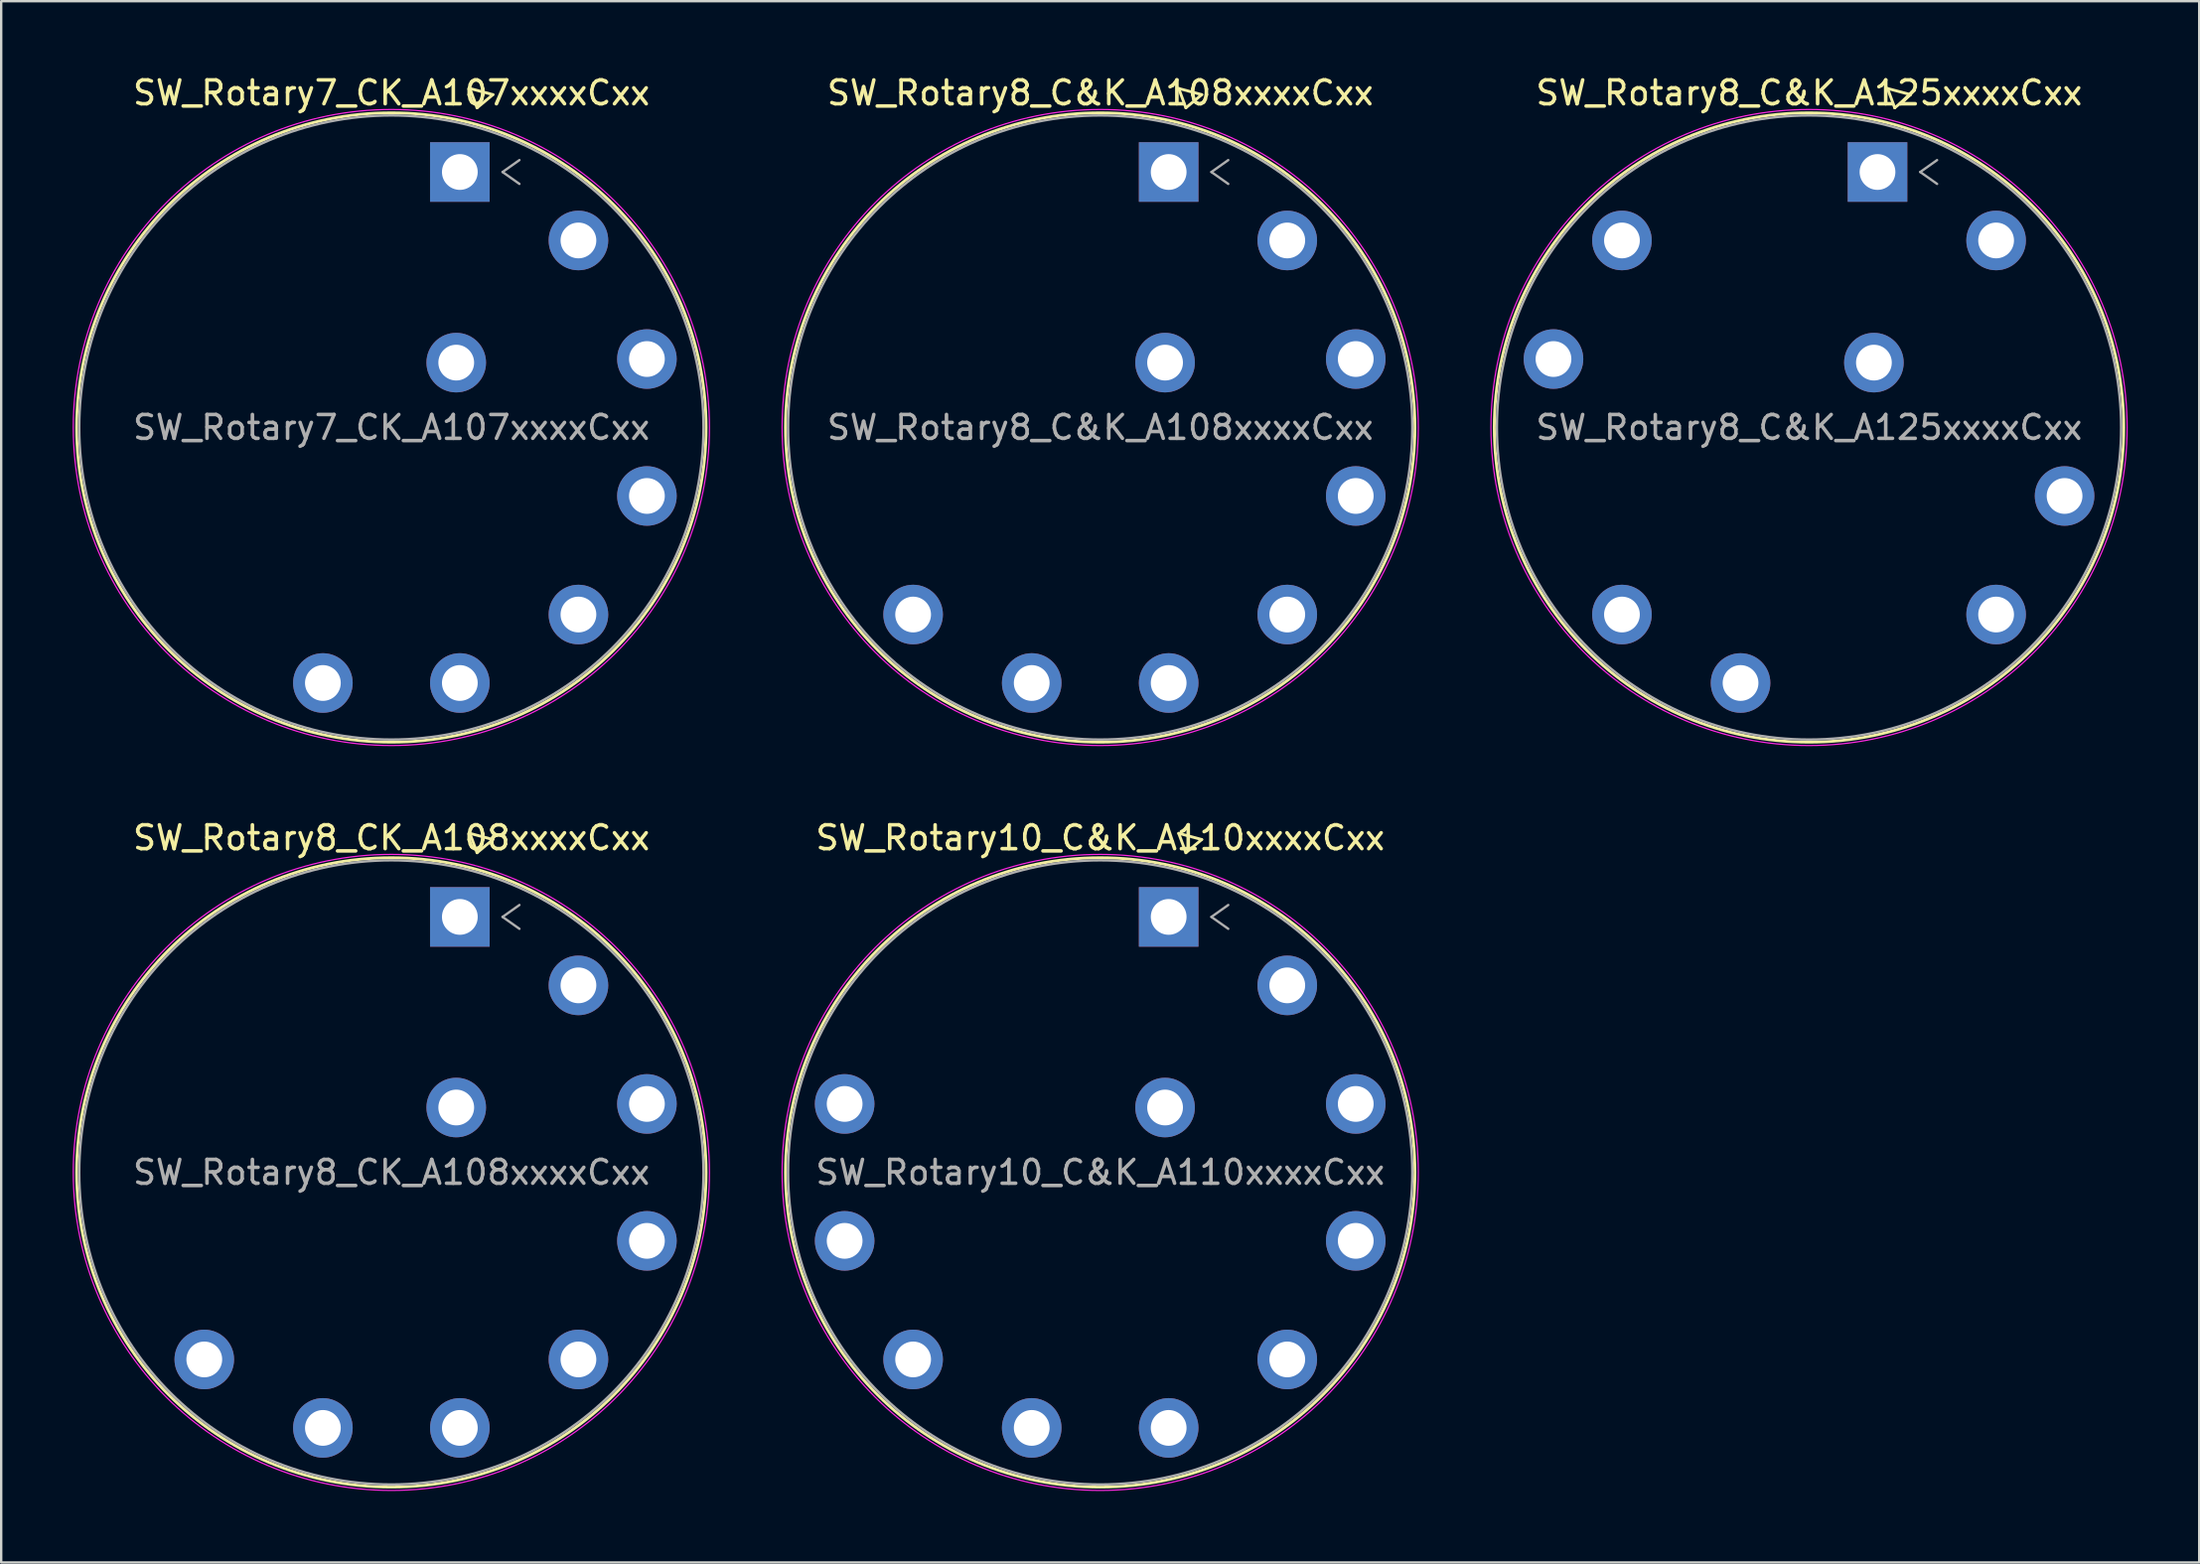
<source format=kicad_pcb>
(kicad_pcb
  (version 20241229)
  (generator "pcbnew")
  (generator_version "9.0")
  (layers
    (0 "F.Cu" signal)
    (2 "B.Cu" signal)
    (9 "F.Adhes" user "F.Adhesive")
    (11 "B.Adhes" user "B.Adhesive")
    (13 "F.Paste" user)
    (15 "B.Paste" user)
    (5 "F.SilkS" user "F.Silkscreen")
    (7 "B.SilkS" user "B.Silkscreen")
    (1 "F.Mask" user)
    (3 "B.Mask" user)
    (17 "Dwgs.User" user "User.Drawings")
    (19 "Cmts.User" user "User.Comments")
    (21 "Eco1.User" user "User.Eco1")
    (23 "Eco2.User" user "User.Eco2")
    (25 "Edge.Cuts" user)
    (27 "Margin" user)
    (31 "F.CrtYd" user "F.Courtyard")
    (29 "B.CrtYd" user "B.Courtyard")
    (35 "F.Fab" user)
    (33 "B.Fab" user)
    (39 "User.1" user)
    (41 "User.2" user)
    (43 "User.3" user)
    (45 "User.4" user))
  (footprint "SW_Rotary8_CK_A108xxxxCxx"
    (layer "F.Cu")
    (at 16.243 35.428)
    (property "Reference" "SW_Rotary8_CK_A108xxxxCxx" (at -2.87 -3.32 0) (layer "F.SilkS") (effects (font (size 1 1) (thickness 0.15))))
    (attr through_hole)
    (fp_line (start 0.422 -3.505) (end 0.722 -2.693) (stroke (width 0.12) (type solid)) (layer "F.SilkS"))
    (fp_line (start 0.722 -2.693) (end 1.388 -3.247) (stroke (width 0.12) (type solid)) (layer "F.SilkS"))
    (fp_line (start 1.388 -3.247) (end 0.422 -3.505) (stroke (width 0.12) (type solid)) (layer "F.SilkS"))
    (fp_circle (center -2.873 10.722) (end 10.332 10.722) (stroke (width 0.12) (type solid)) (fill no) (layer "F.SilkS"))
    (fp_circle (center -2.873 10.722) (end 10.472 10.722) (stroke (width 0.05) (type solid)) (fill no) (layer "F.CrtYd"))
    (fp_line (start 1.793 0) (end 2.5 0.5) (stroke (width 0.1) (type solid)) (layer "F.Fab"))
    (fp_line (start 2.5 -0.5) (end 1.793 0) (stroke (width 0.1) (type solid)) (layer "F.Fab"))
    (fp_circle (center -2.873 10.722) (end 10.222 10.722) (stroke (width 0.1) (type solid)) (fill no) (layer "F.Fab"))
    (fp_text user "${REFERENCE}" (at -2.87 10.72 0) (layer "F.Fab") (effects (font (size 1 1) (thickness 0.15))))
    (pad "1" thru_hole rect (at 0 0) (size 2.5 2.5) (drill 1.5) (layers "*.Cu" "*.Mask"))
    (pad "2" thru_hole circle (at 4.976 2.873) (size 2.5 2.5) (drill 1.5) (layers "*.Cu" "*.Mask"))
    (pad "3" thru_hole circle (at 7.849 7.849) (size 2.5 2.5) (drill 1.5) (layers "*.Cu" "*.Mask"))
    (pad "4" thru_hole circle (at 7.849 13.595) (size 2.5 2.5) (drill 1.5) (layers "*.Cu" "*.Mask"))
    (pad "5" thru_hole circle (at 4.976 18.571) (size 2.5 2.5) (drill 1.5) (layers "*.Cu" "*.Mask"))
    (pad "6" thru_hole circle (at 0 21.444) (size 2.5 2.5) (drill 1.5) (layers "*.Cu" "*.Mask"))
    (pad "7" thru_hole circle (at -5.746 21.444) (size 2.5 2.5) (drill 1.5) (layers "*.Cu" "*.Mask"))
    (pad "8" thru_hole circle (at -10.722 18.571) (size 2.5 2.5) (drill 1.5) (layers "*.Cu" "*.Mask"))
    (pad "A" thru_hole circle (at -0.151 7.999) (size 2.5 2.5) (drill 1.5) (layers "*.Cu" "*.Mask")))
  (footprint "SW_Rotary7_CK_A107xxxxCxx"
    (layer "F.Cu")
    (at 16.243 4.168)
    (property "Reference" "SW_Rotary7_CK_A107xxxxCxx" (at -2.87 -3.32 0) (layer "F.SilkS") (effects (font (size 1 1) (thickness 0.15))))
    (attr through_hole)
    (fp_line (start 0.422 -3.505) (end 0.722 -2.693) (stroke (width 0.12) (type solid)) (layer "F.SilkS"))
    (fp_line (start 0.722 -2.693) (end 1.388 -3.247) (stroke (width 0.12) (type solid)) (layer "F.SilkS"))
    (fp_line (start 1.388 -3.247) (end 0.422 -3.505) (stroke (width 0.12) (type solid)) (layer "F.SilkS"))
    (fp_circle (center -2.873 10.722) (end 10.332 10.722) (stroke (width 0.12) (type solid)) (fill no) (layer "F.SilkS"))
    (fp_circle (center -2.873 10.722) (end 10.472 10.722) (stroke (width 0.05) (type solid)) (fill no) (layer "F.CrtYd"))
    (fp_line (start 1.793 0) (end 2.5 0.5) (stroke (width 0.1) (type solid)) (layer "F.Fab"))
    (fp_line (start 2.5 -0.5) (end 1.793 0) (stroke (width 0.1) (type solid)) (layer "F.Fab"))
    (fp_circle (center -2.873 10.722) (end 10.222 10.722) (stroke (width 0.1) (type solid)) (fill no) (layer "F.Fab"))
    (fp_text user "${REFERENCE}" (at -2.87 10.72 0) (layer "F.Fab") (effects (font (size 1 1) (thickness 0.15))))
    (pad "1" thru_hole rect (at 0 0) (size 2.5 2.5) (drill 1.5) (layers "*.Cu" "*.Mask"))
    (pad "2" thru_hole circle (at 4.976 2.873) (size 2.5 2.5) (drill 1.5) (layers "*.Cu" "*.Mask"))
    (pad "3" thru_hole circle (at 7.849 7.849) (size 2.5 2.5) (drill 1.5) (layers "*.Cu" "*.Mask"))
    (pad "4" thru_hole circle (at 7.849 13.595) (size 2.5 2.5) (drill 1.5) (layers "*.Cu" "*.Mask"))
    (pad "5" thru_hole circle (at 4.976 18.571) (size 2.5 2.5) (drill 1.5) (layers "*.Cu" "*.Mask"))
    (pad "6" thru_hole circle (at 0 21.444) (size 2.5 2.5) (drill 1.5) (layers "*.Cu" "*.Mask"))
    (pad "7" thru_hole circle (at -5.746 21.444) (size 2.5 2.5) (drill 1.5) (layers "*.Cu" "*.Mask"))
    (pad "A" thru_hole circle (at -0.151 7.999) (size 2.5 2.5) (drill 1.5) (layers "*.Cu" "*.Mask")))
  (footprint "SW_Rotary8_C&K_A125xxxxCxx"
    (layer "F.Cu")
    (at 75.723 4.168)
    (property "Reference" "SW_Rotary8_C&K_A125xxxxCxx" (at -2.87 -3.32 0) (layer "F.SilkS") (effects (font (size 1 1) (thickness 0.15))))
    (attr through_hole)
    (fp_line (start 0.422 -3.505) (end 0.722 -2.693) (stroke (width 0.12) (type solid)) (layer "F.SilkS"))
    (fp_line (start 0.722 -2.693) (end 1.388 -3.247) (stroke (width 0.12) (type solid)) (layer "F.SilkS"))
    (fp_line (start 1.388 -3.247) (end 0.422 -3.505) (stroke (width 0.12) (type solid)) (layer "F.SilkS"))
    (fp_circle (center -2.873 10.722) (end 10.332 10.722) (stroke (width 0.12) (type solid)) (fill no) (layer "F.SilkS"))
    (fp_circle (center -2.873 10.722) (end 10.472 10.722) (stroke (width 0.05) (type solid)) (fill no) (layer "F.CrtYd"))
    (fp_line (start 1.793 0) (end 2.5 0.5) (stroke (width 0.1) (type solid)) (layer "F.Fab"))
    (fp_line (start 2.5 -0.5) (end 1.793 0) (stroke (width 0.1) (type solid)) (layer "F.Fab"))
    (fp_circle (center -2.873 10.722) (end 10.222 10.722) (stroke (width 0.1) (type solid)) (fill no) (layer "F.Fab"))
    (fp_text user "${REFERENCE}" (at -2.87 10.72 0) (layer "F.Fab") (effects (font (size 1 1) (thickness 0.15))))
    (pad "1" thru_hole rect (at 0 0) (size 2.5 2.5) (drill 1.5) (layers "*.Cu" "*.Mask"))
    (pad "2" thru_hole circle (at 4.976 2.873) (size 2.5 2.5) (drill 1.5) (layers "*.Cu" "*.Mask"))
    (pad "4" thru_hole circle (at 7.849 13.595) (size 2.5 2.5) (drill 1.5) (layers "*.Cu" "*.Mask"))
    (pad "5" thru_hole circle (at 4.976 18.571) (size 2.5 2.5) (drill 1.5) (layers "*.Cu" "*.Mask"))
    (pad "7" thru_hole circle (at -5.746 21.444) (size 2.5 2.5) (drill 1.5) (layers "*.Cu" "*.Mask"))
    (pad "8" thru_hole circle (at -10.722 18.571) (size 2.5 2.5) (drill 1.5) (layers "*.Cu" "*.Mask"))
    (pad "10" thru_hole circle (at -13.595 7.849) (size 2.5 2.5) (drill 1.5) (layers "*.Cu" "*.Mask"))
    (pad "11" thru_hole circle (at -10.722 2.873) (size 2.5 2.5) (drill 1.5) (layers "*.Cu" "*.Mask"))
    (pad "A" thru_hole circle (at -0.151 7.999) (size 2.5 2.5) (drill 1.5) (layers "*.Cu" "*.Mask")))
  (footprint "SW_Rotary10_C&K_A110xxxxCxx"
    (layer "F.Cu")
    (at 45.983 35.428)
    (property "Reference" "SW_Rotary10_C&K_A110xxxxCxx" (at -2.87 -3.32 0) (layer "F.SilkS") (effects (font (size 1 1) (thickness 0.15))))
    (attr through_hole)
    (fp_line (start 0.422 -3.505) (end 0.722 -2.693) (stroke (width 0.12) (type solid)) (layer "F.SilkS"))
    (fp_line (start 0.722 -2.693) (end 1.388 -3.247) (stroke (width 0.12) (type solid)) (layer "F.SilkS"))
    (fp_line (start 1.388 -3.247) (end 0.422 -3.505) (stroke (width 0.12) (type solid)) (layer "F.SilkS"))
    (fp_circle (center -2.873 10.722) (end 10.332 10.722) (stroke (width 0.12) (type solid)) (fill no) (layer "F.SilkS"))
    (fp_circle (center -2.873 10.722) (end 10.472 10.722) (stroke (width 0.05) (type solid)) (fill no) (layer "F.CrtYd"))
    (fp_line (start 1.793 0) (end 2.5 0.5) (stroke (width 0.1) (type solid)) (layer "F.Fab"))
    (fp_line (start 2.5 -0.5) (end 1.793 0) (stroke (width 0.1) (type solid)) (layer "F.Fab"))
    (fp_circle (center -2.873 10.722) (end 10.222 10.722) (stroke (width 0.1) (type solid)) (fill no) (layer "F.Fab"))
    (fp_text user "${REFERENCE}" (at -2.87 10.72 0) (layer "F.Fab") (effects (font (size 1 1) (thickness 0.15))))
    (pad "1" thru_hole rect (at 0 0) (size 2.5 2.5) (drill 1.5) (layers "*.Cu" "*.Mask"))
    (pad "2" thru_hole circle (at 4.976 2.873) (size 2.5 2.5) (drill 1.5) (layers "*.Cu" "*.Mask"))
    (pad "3" thru_hole circle (at 7.849 7.849) (size 2.5 2.5) (drill 1.5) (layers "*.Cu" "*.Mask"))
    (pad "4" thru_hole circle (at 7.849 13.595) (size 2.5 2.5) (drill 1.5) (layers "*.Cu" "*.Mask"))
    (pad "5" thru_hole circle (at 4.976 18.571) (size 2.5 2.5) (drill 1.5) (layers "*.Cu" "*.Mask"))
    (pad "6" thru_hole circle (at 0 21.444) (size 2.5 2.5) (drill 1.5) (layers "*.Cu" "*.Mask"))
    (pad "7" thru_hole circle (at -5.746 21.444) (size 2.5 2.5) (drill 1.5) (layers "*.Cu" "*.Mask"))
    (pad "8" thru_hole circle (at -10.722 18.571) (size 2.5 2.5) (drill 1.5) (layers "*.Cu" "*.Mask"))
    (pad "9" thru_hole circle (at -13.595 13.595) (size 2.5 2.5) (drill 1.5) (layers "*.Cu" "*.Mask"))
    (pad "10" thru_hole circle (at -13.595 7.849) (size 2.5 2.5) (drill 1.5) (layers "*.Cu" "*.Mask"))
    (pad "A" thru_hole circle (at -0.151 7.999) (size 2.5 2.5) (drill 1.5) (layers "*.Cu" "*.Mask")))
  (footprint "SW_Rotary8_C&K_A108xxxxCxx"
    (layer "F.Cu")
    (at 45.983 4.168)
    (property "Reference" "SW_Rotary8_C&K_A108xxxxCxx" (at -2.87 -3.32 0) (layer "F.SilkS") (effects (font (size 1 1) (thickness 0.15))))
    (attr through_hole)
    (fp_line (start 0.422 -3.505) (end 0.722 -2.693) (stroke (width 0.12) (type solid)) (layer "F.SilkS"))
    (fp_line (start 0.722 -2.693) (end 1.388 -3.247) (stroke (width 0.12) (type solid)) (layer "F.SilkS"))
    (fp_line (start 1.388 -3.247) (end 0.422 -3.505) (stroke (width 0.12) (type solid)) (layer "F.SilkS"))
    (fp_circle (center -2.873 10.722) (end 10.332 10.722) (stroke (width 0.12) (type solid)) (fill no) (layer "F.SilkS"))
    (fp_circle (center -2.873 10.722) (end 10.472 10.722) (stroke (width 0.05) (type solid)) (fill no) (layer "F.CrtYd"))
    (fp_line (start 1.793 0) (end 2.5 0.5) (stroke (width 0.1) (type solid)) (layer "F.Fab"))
    (fp_line (start 2.5 -0.5) (end 1.793 0) (stroke (width 0.1) (type solid)) (layer "F.Fab"))
    (fp_circle (center -2.873 10.722) (end 10.222 10.722) (stroke (width 0.1) (type solid)) (fill no) (layer "F.Fab"))
    (fp_text user "${REFERENCE}" (at -2.87 10.72 0) (layer "F.Fab") (effects (font (size 1 1) (thickness 0.15))))
    (pad "1" thru_hole rect (at 0 0) (size 2.5 2.5) (drill 1.5) (layers "*.Cu" "*.Mask"))
    (pad "2" thru_hole circle (at 4.976 2.873) (size 2.5 2.5) (drill 1.5) (layers "*.Cu" "*.Mask"))
    (pad "3" thru_hole circle (at 7.849 7.849) (size 2.5 2.5) (drill 1.5) (layers "*.Cu" "*.Mask"))
    (pad "4" thru_hole circle (at 7.849 13.595) (size 2.5 2.5) (drill 1.5) (layers "*.Cu" "*.Mask"))
    (pad "5" thru_hole circle (at 4.976 18.571) (size 2.5 2.5) (drill 1.5) (layers "*.Cu" "*.Mask"))
    (pad "6" thru_hole circle (at 0 21.444) (size 2.5 2.5) (drill 1.5) (layers "*.Cu" "*.Mask"))
    (pad "7" thru_hole circle (at -5.746 21.444) (size 2.5 2.5) (drill 1.5) (layers "*.Cu" "*.Mask"))
    (pad "8" thru_hole circle (at -10.722 18.571) (size 2.5 2.5) (drill 1.5) (layers "*.Cu" "*.Mask"))
    (pad "A" thru_hole circle (at -0.151 7.999) (size 2.5 2.5) (drill 1.5) (layers "*.Cu" "*.Mask")))
  (gr_rect
    (start -3 -3)
    (end 89.22 62.52)
    (stroke (width 0.1) (type default))
    (fill no)
    (layer "Edge.Cuts")))
</source>
